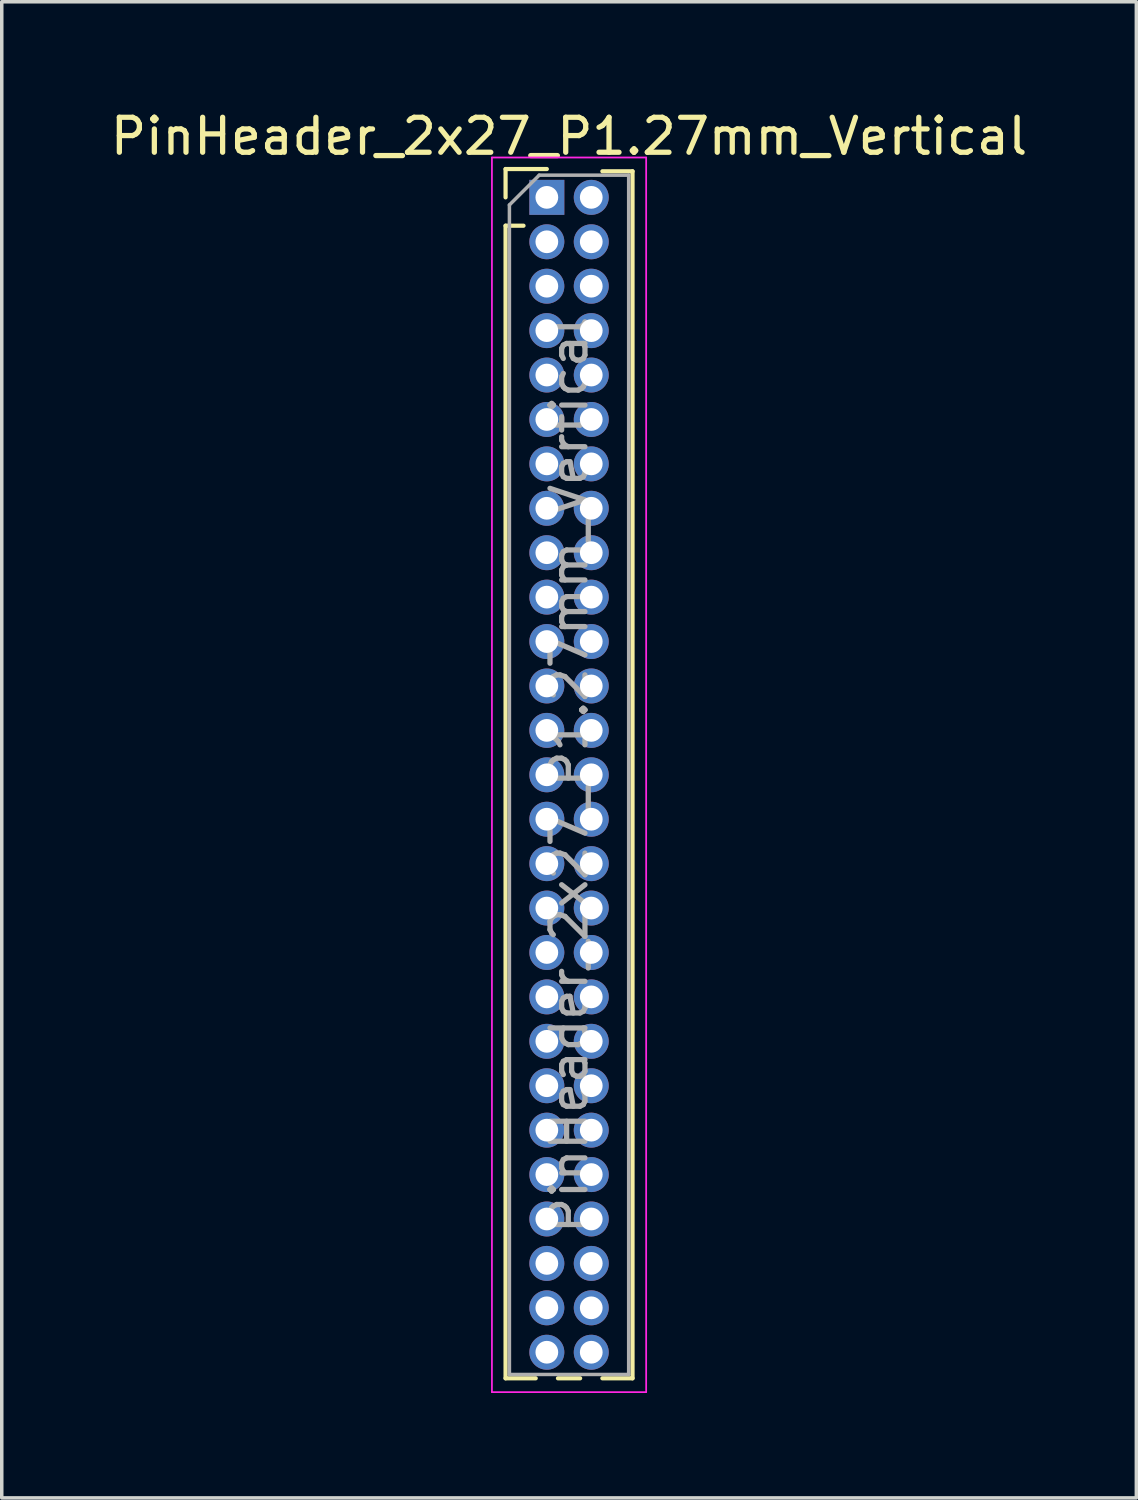
<source format=kicad_pcb>
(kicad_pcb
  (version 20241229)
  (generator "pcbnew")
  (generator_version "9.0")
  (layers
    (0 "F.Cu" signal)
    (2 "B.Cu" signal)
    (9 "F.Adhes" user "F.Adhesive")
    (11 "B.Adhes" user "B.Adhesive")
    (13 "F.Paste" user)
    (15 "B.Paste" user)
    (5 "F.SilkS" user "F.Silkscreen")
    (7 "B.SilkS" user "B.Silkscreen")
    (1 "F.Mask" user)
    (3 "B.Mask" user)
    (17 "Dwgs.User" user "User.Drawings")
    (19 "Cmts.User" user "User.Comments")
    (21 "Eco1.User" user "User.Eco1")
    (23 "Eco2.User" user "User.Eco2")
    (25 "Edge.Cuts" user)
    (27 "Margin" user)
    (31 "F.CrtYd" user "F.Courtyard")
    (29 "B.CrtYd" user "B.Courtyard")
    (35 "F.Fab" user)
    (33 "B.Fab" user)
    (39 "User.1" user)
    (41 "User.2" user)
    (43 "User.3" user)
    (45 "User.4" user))
  (footprint "PinHeader_2x27_P1.27mm_Vertical"
    (layer "F.Cu")
    (at 12.585 2.593)
    (property "Reference" "PinHeader_2x27_P1.27mm_Vertical" (at 0.635 -1.745 0) (layer "F.SilkS") (effects (font (size 1 1) (thickness 0.15))))
    (attr through_hole)
    (fp_line (start -1.18 -0.81) (end 0 -0.81) (stroke (width 0.12) (type solid)) (layer "F.SilkS"))
    (fp_line (start -1.18 0) (end -1.18 -0.81) (stroke (width 0.12) (type solid)) (layer "F.SilkS"))
    (fp_line (start -1.18 0.81) (end -1.18 33.765) (stroke (width 0.12) (type solid)) (layer "F.SilkS"))
    (fp_line (start -1.18 0.81) (end -0.667 0.81) (stroke (width 0.12) (type solid)) (layer "F.SilkS"))
    (fp_line (start -1.18 33.765) (end -0.318 33.765) (stroke (width 0.12) (type solid)) (layer "F.SilkS"))
    (fp_line (start 0.318 33.765) (end 0.952 33.765) (stroke (width 0.12) (type solid)) (layer "F.SilkS"))
    (fp_line (start 1.588 -0.745) (end 2.45 -0.745) (stroke (width 0.12) (type solid)) (layer "F.SilkS"))
    (fp_line (start 1.588 33.765) (end 2.45 33.765) (stroke (width 0.12) (type solid)) (layer "F.SilkS"))
    (fp_line (start 2.45 -0.745) (end 2.45 33.765) (stroke (width 0.12) (type solid)) (layer "F.SilkS"))
    (fp_line (start -1.57 -1.14) (end -1.57 34.16) (stroke (width 0.05) (type solid)) (layer "F.CrtYd"))
    (fp_line (start -1.57 34.16) (end 2.84 34.16) (stroke (width 0.05) (type solid)) (layer "F.CrtYd"))
    (fp_line (start 2.84 -1.14) (end -1.57 -1.14) (stroke (width 0.05) (type solid)) (layer "F.CrtYd"))
    (fp_line (start 2.84 34.16) (end 2.84 -1.14) (stroke (width 0.05) (type solid)) (layer "F.CrtYd"))
    (fp_line (start -1.07 0.217) (end -0.217 -0.635) (stroke (width 0.1) (type solid)) (layer "F.Fab"))
    (fp_line (start -1.07 33.655) (end -1.07 0.217) (stroke (width 0.1) (type solid)) (layer "F.Fab"))
    (fp_line (start -0.217 -0.635) (end 2.34 -0.635) (stroke (width 0.1) (type solid)) (layer "F.Fab"))
    (fp_line (start 2.34 -0.635) (end 2.34 33.655) (stroke (width 0.1) (type solid)) (layer "F.Fab"))
    (fp_line (start 2.34 33.655) (end -1.07 33.655) (stroke (width 0.1) (type solid)) (layer "F.Fab"))
    (fp_text user "${REFERENCE}" (at 0.635 16.51 90) (layer "F.Fab") (effects (font (size 1 1) (thickness 0.15))))
    (pad "1" thru_hole rect (at 0 0) (size 1 1) (drill 0.65) (layers "*.Cu" "*.Mask"))
    (pad "2" thru_hole circle (at 1.27 0) (size 1 1) (drill 0.65) (layers "*.Cu" "*.Mask"))
    (pad "3" thru_hole circle (at 0 1.27) (size 1 1) (drill 0.65) (layers "*.Cu" "*.Mask"))
    (pad "4" thru_hole circle (at 1.27 1.27) (size 1 1) (drill 0.65) (layers "*.Cu" "*.Mask"))
    (pad "5" thru_hole circle (at 0 2.54) (size 1 1) (drill 0.65) (layers "*.Cu" "*.Mask"))
    (pad "6" thru_hole circle (at 1.27 2.54) (size 1 1) (drill 0.65) (layers "*.Cu" "*.Mask"))
    (pad "7" thru_hole circle (at 0 3.81) (size 1 1) (drill 0.65) (layers "*.Cu" "*.Mask"))
    (pad "8" thru_hole circle (at 1.27 3.81) (size 1 1) (drill 0.65) (layers "*.Cu" "*.Mask"))
    (pad "9" thru_hole circle (at 0 5.08) (size 1 1) (drill 0.65) (layers "*.Cu" "*.Mask"))
    (pad "10" thru_hole circle (at 1.27 5.08) (size 1 1) (drill 0.65) (layers "*.Cu" "*.Mask"))
    (pad "11" thru_hole circle (at 0 6.35) (size 1 1) (drill 0.65) (layers "*.Cu" "*.Mask"))
    (pad "12" thru_hole circle (at 1.27 6.35) (size 1 1) (drill 0.65) (layers "*.Cu" "*.Mask"))
    (pad "13" thru_hole circle (at 0 7.62) (size 1 1) (drill 0.65) (layers "*.Cu" "*.Mask"))
    (pad "14" thru_hole circle (at 1.27 7.62) (size 1 1) (drill 0.65) (layers "*.Cu" "*.Mask"))
    (pad "15" thru_hole circle (at 0 8.89) (size 1 1) (drill 0.65) (layers "*.Cu" "*.Mask"))
    (pad "16" thru_hole circle (at 1.27 8.89) (size 1 1) (drill 0.65) (layers "*.Cu" "*.Mask"))
    (pad "17" thru_hole circle (at 0 10.16) (size 1 1) (drill 0.65) (layers "*.Cu" "*.Mask"))
    (pad "18" thru_hole circle (at 1.27 10.16) (size 1 1) (drill 0.65) (layers "*.Cu" "*.Mask"))
    (pad "19" thru_hole circle (at 0 11.43) (size 1 1) (drill 0.65) (layers "*.Cu" "*.Mask"))
    (pad "20" thru_hole circle (at 1.27 11.43) (size 1 1) (drill 0.65) (layers "*.Cu" "*.Mask"))
    (pad "21" thru_hole circle (at 0 12.7) (size 1 1) (drill 0.65) (layers "*.Cu" "*.Mask"))
    (pad "22" thru_hole circle (at 1.27 12.7) (size 1 1) (drill 0.65) (layers "*.Cu" "*.Mask"))
    (pad "23" thru_hole circle (at 0 13.97) (size 1 1) (drill 0.65) (layers "*.Cu" "*.Mask"))
    (pad "24" thru_hole circle (at 1.27 13.97) (size 1 1) (drill 0.65) (layers "*.Cu" "*.Mask"))
    (pad "25" thru_hole circle (at 0 15.24) (size 1 1) (drill 0.65) (layers "*.Cu" "*.Mask"))
    (pad "26" thru_hole circle (at 1.27 15.24) (size 1 1) (drill 0.65) (layers "*.Cu" "*.Mask"))
    (pad "27" thru_hole circle (at 0 16.51) (size 1 1) (drill 0.65) (layers "*.Cu" "*.Mask"))
    (pad "28" thru_hole circle (at 1.27 16.51) (size 1 1) (drill 0.65) (layers "*.Cu" "*.Mask"))
    (pad "29" thru_hole circle (at 0 17.78) (size 1 1) (drill 0.65) (layers "*.Cu" "*.Mask"))
    (pad "30" thru_hole circle (at 1.27 17.78) (size 1 1) (drill 0.65) (layers "*.Cu" "*.Mask"))
    (pad "31" thru_hole circle (at 0 19.05) (size 1 1) (drill 0.65) (layers "*.Cu" "*.Mask"))
    (pad "32" thru_hole circle (at 1.27 19.05) (size 1 1) (drill 0.65) (layers "*.Cu" "*.Mask"))
    (pad "33" thru_hole circle (at 0 20.32) (size 1 1) (drill 0.65) (layers "*.Cu" "*.Mask"))
    (pad "34" thru_hole circle (at 1.27 20.32) (size 1 1) (drill 0.65) (layers "*.Cu" "*.Mask"))
    (pad "35" thru_hole circle (at 0 21.59) (size 1 1) (drill 0.65) (layers "*.Cu" "*.Mask"))
    (pad "36" thru_hole circle (at 1.27 21.59) (size 1 1) (drill 0.65) (layers "*.Cu" "*.Mask"))
    (pad "37" thru_hole circle (at 0 22.86) (size 1 1) (drill 0.65) (layers "*.Cu" "*.Mask"))
    (pad "38" thru_hole circle (at 1.27 22.86) (size 1 1) (drill 0.65) (layers "*.Cu" "*.Mask"))
    (pad "39" thru_hole circle (at 0 24.13) (size 1 1) (drill 0.65) (layers "*.Cu" "*.Mask"))
    (pad "40" thru_hole circle (at 1.27 24.13) (size 1 1) (drill 0.65) (layers "*.Cu" "*.Mask"))
    (pad "41" thru_hole circle (at 0 25.4) (size 1 1) (drill 0.65) (layers "*.Cu" "*.Mask"))
    (pad "42" thru_hole circle (at 1.27 25.4) (size 1 1) (drill 0.65) (layers "*.Cu" "*.Mask"))
    (pad "43" thru_hole circle (at 0 26.67) (size 1 1) (drill 0.65) (layers "*.Cu" "*.Mask"))
    (pad "44" thru_hole circle (at 1.27 26.67) (size 1 1) (drill 0.65) (layers "*.Cu" "*.Mask"))
    (pad "45" thru_hole circle (at 0 27.94) (size 1 1) (drill 0.65) (layers "*.Cu" "*.Mask"))
    (pad "46" thru_hole circle (at 1.27 27.94) (size 1 1) (drill 0.65) (layers "*.Cu" "*.Mask"))
    (pad "47" thru_hole circle (at 0 29.21) (size 1 1) (drill 0.65) (layers "*.Cu" "*.Mask"))
    (pad "48" thru_hole circle (at 1.27 29.21) (size 1 1) (drill 0.65) (layers "*.Cu" "*.Mask"))
    (pad "49" thru_hole circle (at 0 30.48) (size 1 1) (drill 0.65) (layers "*.Cu" "*.Mask"))
    (pad "50" thru_hole circle (at 1.27 30.48) (size 1 1) (drill 0.65) (layers "*.Cu" "*.Mask"))
    (pad "51" thru_hole circle (at 0 31.75) (size 1 1) (drill 0.65) (layers "*.Cu" "*.Mask"))
    (pad "52" thru_hole circle (at 1.27 31.75) (size 1 1) (drill 0.65) (layers "*.Cu" "*.Mask"))
    (pad "53" thru_hole circle (at 0 33.02) (size 1 1) (drill 0.65) (layers "*.Cu" "*.Mask"))
    (pad "54" thru_hole circle (at 1.27 33.02) (size 1 1) (drill 0.65) (layers "*.Cu" "*.Mask")))
  (gr_rect
    (start -3 -3)
    (end 29.44 39.778)
    (stroke (width 0.1) (type default))
    (fill no)
    (layer "Edge.Cuts")))
</source>
